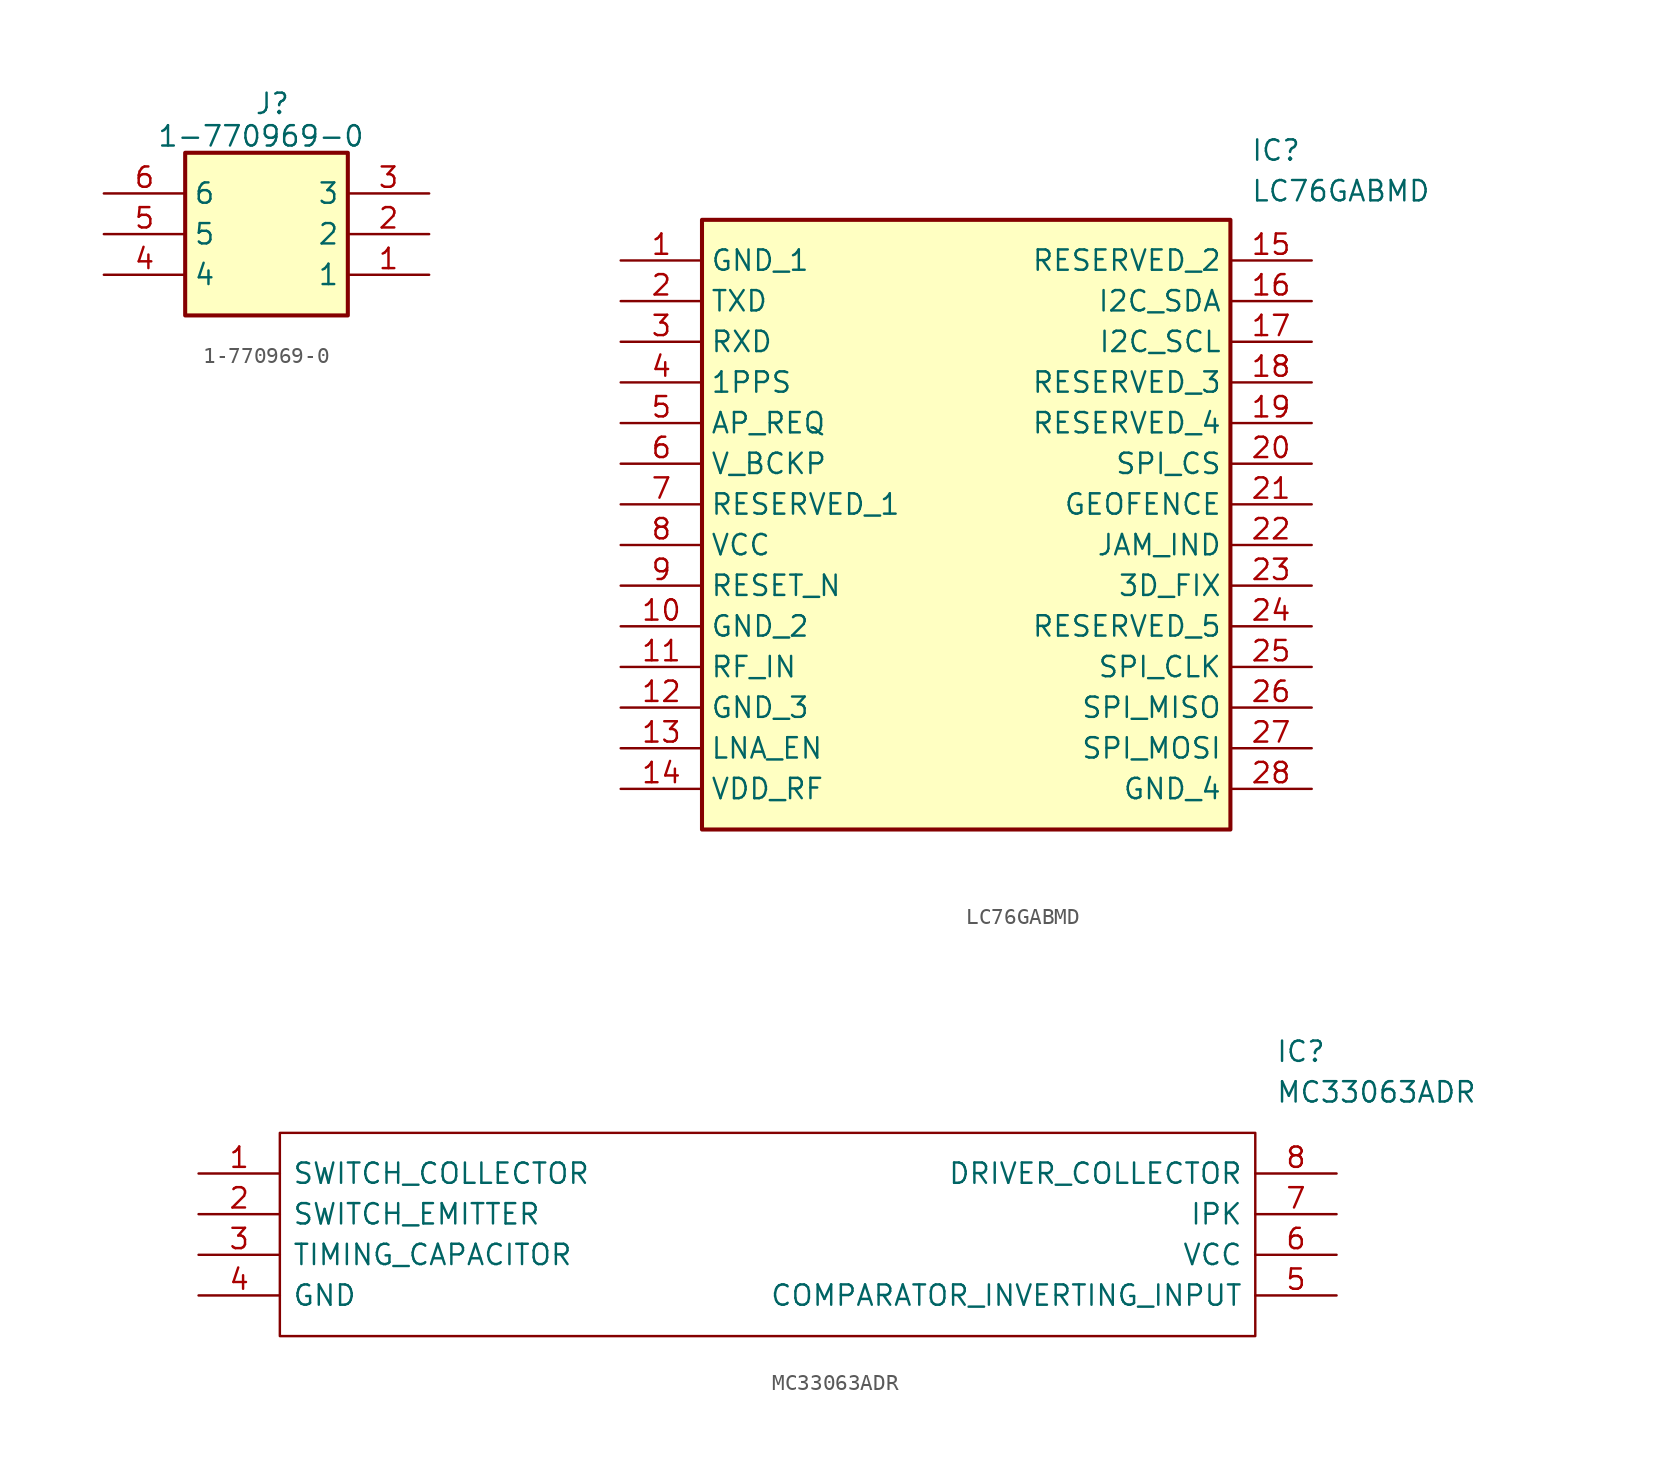
<source format=kicad_sym>
(kicad_symbol_lib
  (version 20241209)
  (generator "kicad_symbol_editor")
  (generator_version "9.0")
  (symbol "1-770969-0"
    (property "Reference" "J"
      (at 9.398 6.35 0)
      (effects (font (size 1.27 1.27)) (justify left top)))
    (property "Value" "1-770969-0"
      (at 3.302 4.318 0)
      (effects (font (size 1.27 1.27)) (justify left top)))
    (symbol "1-770969-0_1_1"
      (rectangle (start 5.08 2.54) (end 15.24 -7.62) (stroke (width 0.254) (type default)) (fill (type background)))
      (pin passive line (at 0 0 0) (length 5.08) (name "6" (effects (font (size 1.27 1.27)))) (number "6" (effects (font (size 1.27 1.27)))))
      (pin passive line (at 0 -2.54 0) (length 5.08) (name "5" (effects (font (size 1.27 1.27)))) (number "5" (effects (font (size 1.27 1.27)))))
      (pin passive line (at 0 -5.08 0) (length 5.08) (name "4" (effects (font (size 1.27 1.27)))) (number "4" (effects (font (size 1.27 1.27)))))
      (pin passive line (at 20.32 0 180) (length 5.08) (name "3" (effects (font (size 1.27 1.27)))) (number "3" (effects (font (size 1.27 1.27)))))
      (pin passive line (at 20.32 -2.54 180) (length 5.08) (name "2" (effects (font (size 1.27 1.27)))) (number "2" (effects (font (size 1.27 1.27)))))
      (pin passive line (at 20.32 -5.08 180) (length 5.08) (name "1" (effects (font (size 1.27 1.27)))) (number "1" (effects (font (size 1.27 1.27)))))))
  (symbol "LC76GABMD"
    (property "Reference" "IC"
      (at 39.37 7.62 0)
      (effects (font (size 1.27 1.27)) (justify left top)))
    (property "Value" "LC76GABMD"
      (at 39.37 5.08 0)
      (effects (font (size 1.27 1.27)) (justify left top)))
    (symbol "LC76GABMD_1_1"
      (rectangle (start 5.08 2.54) (end 38.1 -35.56) (stroke (width 0.254) (type default)) (fill (type background)))
      (pin passive line (at 0 0 0) (length 5.08) (name "GND_1" (effects (font (size 1.27 1.27)))) (number "1" (effects (font (size 1.27 1.27)))))
      (pin passive line (at 0 -2.54 0) (length 5.08) (name "TXD" (effects (font (size 1.27 1.27)))) (number "2" (effects (font (size 1.27 1.27)))))
      (pin passive line (at 0 -5.08 0) (length 5.08) (name "RXD" (effects (font (size 1.27 1.27)))) (number "3" (effects (font (size 1.27 1.27)))))
      (pin passive line (at 0 -7.62 0) (length 5.08) (name "1PPS" (effects (font (size 1.27 1.27)))) (number "4" (effects (font (size 1.27 1.27)))))
      (pin passive line (at 0 -10.16 0) (length 5.08) (name "AP_REQ" (effects (font (size 1.27 1.27)))) (number "5" (effects (font (size 1.27 1.27)))))
      (pin passive line (at 0 -12.7 0) (length 5.08) (name "V_BCKP" (effects (font (size 1.27 1.27)))) (number "6" (effects (font (size 1.27 1.27)))))
      (pin passive line (at 0 -15.24 0) (length 5.08) (name "RESERVED_1" (effects (font (size 1.27 1.27)))) (number "7" (effects (font (size 1.27 1.27)))))
      (pin passive line (at 0 -17.78 0) (length 5.08) (name "VCC" (effects (font (size 1.27 1.27)))) (number "8" (effects (font (size 1.27 1.27)))))
      (pin passive line (at 0 -20.32 0) (length 5.08) (name "RESET_N" (effects (font (size 1.27 1.27)))) (number "9" (effects (font (size 1.27 1.27)))))
      (pin passive line (at 0 -22.86 0) (length 5.08) (name "GND_2" (effects (font (size 1.27 1.27)))) (number "10" (effects (font (size 1.27 1.27)))))
      (pin passive line (at 0 -25.4 0) (length 5.08) (name "RF_IN" (effects (font (size 1.27 1.27)))) (number "11" (effects (font (size 1.27 1.27)))))
      (pin passive line (at 0 -27.94 0) (length 5.08) (name "GND_3" (effects (font (size 1.27 1.27)))) (number "12" (effects (font (size 1.27 1.27)))))
      (pin passive line (at 0 -30.48 0) (length 5.08) (name "LNA_EN" (effects (font (size 1.27 1.27)))) (number "13" (effects (font (size 1.27 1.27)))))
      (pin passive line (at 0 -33.02 0) (length 5.08) (name "VDD_RF" (effects (font (size 1.27 1.27)))) (number "14" (effects (font (size 1.27 1.27)))))
      (pin passive line (at 43.18 0 180) (length 5.08) (name "RESERVED_2" (effects (font (size 1.27 1.27)))) (number "15" (effects (font (size 1.27 1.27)))))
      (pin passive line (at 43.18 -2.54 180) (length 5.08) (name "I2C_SDA" (effects (font (size 1.27 1.27)))) (number "16" (effects (font (size 1.27 1.27)))))
      (pin passive line (at 43.18 -5.08 180) (length 5.08) (name "I2C_SCL" (effects (font (size 1.27 1.27)))) (number "17" (effects (font (size 1.27 1.27)))))
      (pin passive line (at 43.18 -7.62 180) (length 5.08) (name "RESERVED_3" (effects (font (size 1.27 1.27)))) (number "18" (effects (font (size 1.27 1.27)))))
      (pin passive line (at 43.18 -10.16 180) (length 5.08) (name "RESERVED_4" (effects (font (size 1.27 1.27)))) (number "19" (effects (font (size 1.27 1.27)))))
      (pin passive line (at 43.18 -12.7 180) (length 5.08) (name "SPI_CS" (effects (font (size 1.27 1.27)))) (number "20" (effects (font (size 1.27 1.27)))))
      (pin passive line (at 43.18 -15.24 180) (length 5.08) (name "GEOFENCE" (effects (font (size 1.27 1.27)))) (number "21" (effects (font (size 1.27 1.27)))))
      (pin passive line (at 43.18 -17.78 180) (length 5.08) (name "JAM_IND" (effects (font (size 1.27 1.27)))) (number "22" (effects (font (size 1.27 1.27)))))
      (pin passive line (at 43.18 -20.32 180) (length 5.08) (name "3D_FIX" (effects (font (size 1.27 1.27)))) (number "23" (effects (font (size 1.27 1.27)))))
      (pin passive line (at 43.18 -22.86 180) (length 5.08) (name "RESERVED_5" (effects (font (size 1.27 1.27)))) (number "24" (effects (font (size 1.27 1.27)))))
      (pin passive line (at 43.18 -25.4 180) (length 5.08) (name "SPI_CLK" (effects (font (size 1.27 1.27)))) (number "25" (effects (font (size 1.27 1.27)))))
      (pin passive line (at 43.18 -27.94 180) (length 5.08) (name "SPI_MISO" (effects (font (size 1.27 1.27)))) (number "26" (effects (font (size 1.27 1.27)))))
      (pin passive line (at 43.18 -30.48 180) (length 5.08) (name "SPI_MOSI" (effects (font (size 1.27 1.27)))) (number "27" (effects (font (size 1.27 1.27)))))
      (pin passive line (at 43.18 -33.02 180) (length 5.08) (name "GND_4" (effects (font (size 1.27 1.27)))) (number "28" (effects (font (size 1.27 1.27)))))))
  (symbol "MC33063ADR"
    (pin_names
      (offset 0.762))
    (property "Reference" "IC"
      (at 67.31 7.62 0)
      (effects (font (size 1.27 1.27)) (justify left)))
    (property "Value" "MC33063ADR"
      (at 67.31 5.08 0)
      (effects (font (size 1.27 1.27)) (justify left)))
    (symbol "MC33063ADR_0_0"
      (pin passive line (at 0 0 0) (length 5.08) (name "SWITCH_COLLECTOR" (effects (font (size 1.27 1.27)))) (number "1" (effects (font (size 1.27 1.27)))))
      (pin passive line (at 0 -2.54 0) (length 5.08) (name "SWITCH_EMITTER" (effects (font (size 1.27 1.27)))) (number "2" (effects (font (size 1.27 1.27)))))
      (pin passive line (at 0 -5.08 0) (length 5.08) (name "TIMING_CAPACITOR" (effects (font (size 1.27 1.27)))) (number "3" (effects (font (size 1.27 1.27)))))
      (pin passive line (at 0 -7.62 0) (length 5.08) (name "GND" (effects (font (size 1.27 1.27)))) (number "4" (effects (font (size 1.27 1.27)))))
      (pin passive line (at 71.12 0 180) (length 5.08) (name "DRIVER_COLLECTOR" (effects (font (size 1.27 1.27)))) (number "8" (effects (font (size 1.27 1.27)))))
      (pin passive line (at 71.12 -2.54 180) (length 5.08) (name "IPK" (effects (font (size 1.27 1.27)))) (number "7" (effects (font (size 1.27 1.27)))))
      (pin passive line (at 71.12 -5.08 180) (length 5.08) (name "VCC" (effects (font (size 1.27 1.27)))) (number "6" (effects (font (size 1.27 1.27)))))
      (pin passive line (at 71.12 -7.62 180) (length 5.08) (name "COMPARATOR_INVERTING_INPUT" (effects (font (size 1.27 1.27)))) (number "5" (effects (font (size 1.27 1.27))))))
    (symbol "MC33063ADR_0_1"
      (polyline (pts (xy 5.08 2.54) (xy 66.04 2.54) (xy 66.04 -10.16) (xy 5.08 -10.16) (xy 5.08 2.54)) (stroke (width 0.152) (type solid)) (fill (type none))))))
</source>
